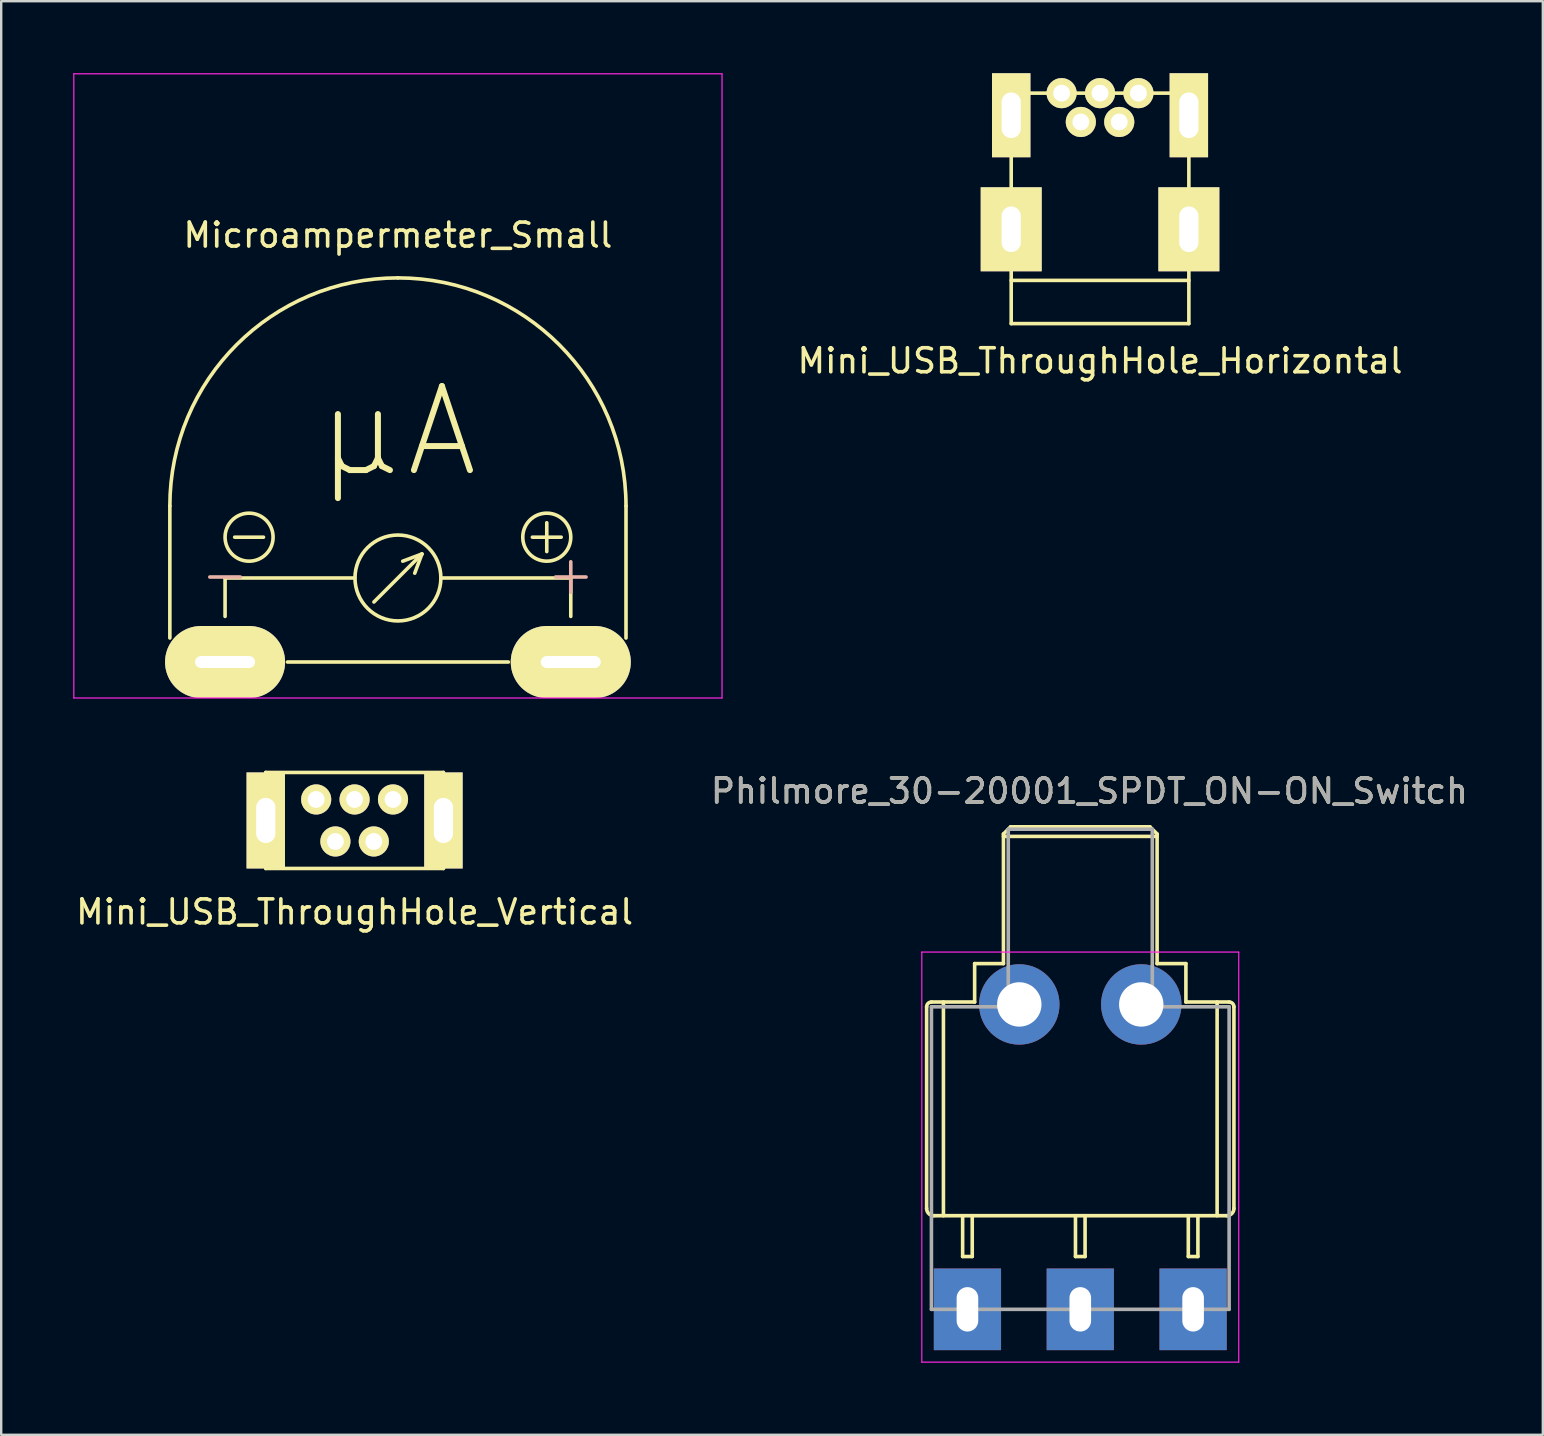
<source format=kicad_pcb>
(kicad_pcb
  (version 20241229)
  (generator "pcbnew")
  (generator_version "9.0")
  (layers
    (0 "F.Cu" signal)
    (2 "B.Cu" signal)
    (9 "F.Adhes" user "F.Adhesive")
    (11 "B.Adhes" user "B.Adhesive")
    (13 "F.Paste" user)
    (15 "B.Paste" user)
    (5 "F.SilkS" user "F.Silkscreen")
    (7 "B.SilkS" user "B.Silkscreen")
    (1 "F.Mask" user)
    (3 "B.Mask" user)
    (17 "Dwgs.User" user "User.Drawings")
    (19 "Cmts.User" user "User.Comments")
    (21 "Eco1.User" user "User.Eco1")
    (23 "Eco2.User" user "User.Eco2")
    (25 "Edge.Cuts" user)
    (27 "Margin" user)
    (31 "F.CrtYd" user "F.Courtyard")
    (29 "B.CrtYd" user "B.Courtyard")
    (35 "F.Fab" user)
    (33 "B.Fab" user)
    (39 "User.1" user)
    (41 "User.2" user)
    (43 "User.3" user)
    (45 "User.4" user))
  (footprint "Mini_USB_ThroughHole_Vertical"
    (layer "F.Cu")
    (at 11.72 31.125)
    (property "Reference" "Mini_USB_ThroughHole_Vertical" (at 0 3.81 0) (layer "F.SilkS") (effects (font (size 1 1) (thickness 0.15))))
    (attr through_hole)
    (fp_line (start -3.7 -2) (end -3.7 2) (stroke (width 0.15) (type solid)) (layer "F.SilkS"))
    (fp_line (start -3.7 -2) (end 3.7 -2) (stroke (width 0.15) (type solid)) (layer "F.SilkS"))
    (fp_line (start -3.7 2) (end 3.7 2) (stroke (width 0.15) (type solid)) (layer "F.SilkS"))
    (fp_line (start 3.7 -2) (end 3.7 2) (stroke (width 0.15) (type solid)) (layer "F.SilkS"))
    (pad "1" thru_hole circle (at -1.6 -0.875) (size 1.254 1.254) (drill 0.7) (layers "*.Cu" "*.Mask" "F.SilkS"))
    (pad "2" thru_hole circle (at -0.8 0.875) (size 1.254 1.254) (drill 0.7) (layers "*.Cu" "*.Mask" "F.SilkS"))
    (pad "3" thru_hole circle (at 0 -0.875) (size 1.254 1.254) (drill 0.7) (layers "*.Cu" "*.Mask" "F.SilkS"))
    (pad "4" thru_hole circle (at 0.8 0.875) (size 1.254 1.254) (drill 0.7) (layers "*.Cu" "*.Mask" "F.SilkS"))
    (pad "5" thru_hole circle (at 1.6 -0.875) (size 1.254 1.254) (drill 0.7) (layers "*.Cu" "*.Mask" "F.SilkS"))
    (pad "6" thru_hole rect (at -3.7 0) (size 1.6 4) (drill oval 0.8 1.88) (layers "*.Cu" "*.Mask" "F.SilkS"))
    (pad "6" thru_hole rect (at 3.7 0) (size 1.6 4) (drill oval 0.8 1.88) (layers "*.Cu" "*.Mask" "F.SilkS")))
  (footprint "Mini_USB_ThroughHole_Horizontal"
    (layer "F.Cu")
    (at 42.77 5.63)
    (property "Reference" "Mini_USB_ThroughHole_Horizontal" (at 0 6.35 0) (layer "F.SilkS") (effects (font (size 1 1) (thickness 0.15))))
    (attr through_hole)
    (fp_line (start -3.7 -4.8) (end -3.7 4.8) (stroke (width 0.15) (type solid)) (layer "F.SilkS"))
    (fp_line (start -3.7 -4.8) (end 3.7 -4.8) (stroke (width 0.15) (type solid)) (layer "F.SilkS"))
    (fp_line (start -3.7 3) (end 3.7 3) (stroke (width 0.15) (type solid)) (layer "F.SilkS"))
    (fp_line (start -3.7 4.8) (end 3.7 4.8) (stroke (width 0.15) (type solid)) (layer "F.SilkS"))
    (fp_line (start 3.7 -4.8) (end 3.7 4.8) (stroke (width 0.15) (type solid)) (layer "F.SilkS"))
    (pad "1" thru_hole circle (at -1.6 -4.8) (size 1.254 1.254) (drill 0.7) (layers "*.Cu" "*.Mask" "F.SilkS"))
    (pad "2" thru_hole circle (at -0.8 -3.6) (size 1.254 1.254) (drill 0.7) (layers "*.Cu" "*.Mask" "F.SilkS"))
    (pad "3" thru_hole circle (at 0 -4.8) (size 1.254 1.254) (drill 0.7) (layers "*.Cu" "*.Mask" "F.SilkS"))
    (pad "4" thru_hole circle (at 0.8 -3.6) (size 1.254 1.254) (drill 0.7) (layers "*.Cu" "*.Mask" "F.SilkS"))
    (pad "5" thru_hole circle (at 1.6 -4.8) (size 1.254 1.254) (drill 0.7) (layers "*.Cu" "*.Mask" "F.SilkS"))
    (pad "6" thru_hole rect (at -3.7 -3.88) (size 1.6 3.5) (drill oval 0.8 1.9) (layers "*.Cu" "*.Mask" "F.SilkS"))
    (pad "6" thru_hole rect (at -3.7 0.87) (size 2.54 3.5) (drill oval 0.8 1.9) (layers "*.Cu" "*.Mask" "F.SilkS"))
    (pad "6" thru_hole rect (at 3.7 -3.88) (size 1.6 3.5) (drill oval 0.8 1.9) (layers "*.Cu" "*.Mask" "F.SilkS"))
    (pad "6" thru_hole rect (at 3.7 0.87) (size 2.54 3.5) (drill oval 0.8 1.9) (layers "*.Cu" "*.Mask" "F.SilkS")))
  (footprint "Microampermeter_Small"
    (layer "F.Cu")
    (at 13.525 24.525)
    (property "Reference" "Microampermeter_Small" (at 0 -17.78 0) (layer "F.SilkS") (effects (font (size 1 1) (thickness 0.15))))
    (attr through_hole)
    (fp_line (start -9.5 -6.5) (end -9.5 -1) (stroke (width 0.15) (type solid)) (layer "F.SilkS"))
    (fp_line (start -7.2 -3.5) (end -7.2 -1.9) (stroke (width 0.15) (type solid)) (layer "F.SilkS"))
    (fp_line (start -7.2 -3.5) (end -1.8 -3.5) (stroke (width 0.15) (type solid)) (layer "F.SilkS"))
    (fp_line (start -6.8 -5.2) (end -5.6 -5.2) (stroke (width 0.15) (type solid)) (layer "F.SilkS"))
    (fp_line (start -4.6 0) (end 4.6 0) (stroke (width 0.15) (type solid)) (layer "F.SilkS"))
    (fp_line (start 0.7 -3.7) (end 1 -4.5) (stroke (width 0.15) (type solid)) (layer "F.SilkS"))
    (fp_line (start 1 -4.5) (end -1 -2.5) (stroke (width 0.15) (type solid)) (layer "F.SilkS"))
    (fp_line (start 1 -4.5) (end 0.2 -4.2) (stroke (width 0.15) (type solid)) (layer "F.SilkS"))
    (fp_line (start 1.8 -3.5) (end 7.2 -3.5) (stroke (width 0.15) (type solid)) (layer "F.SilkS"))
    (fp_line (start 5.6 -5.2) (end 6.8 -5.2) (stroke (width 0.15) (type solid)) (layer "F.SilkS"))
    (fp_line (start 6.2 -5.8) (end 6.2 -4.6) (stroke (width 0.15) (type solid)) (layer "F.SilkS"))
    (fp_line (start 7.2 -3.5) (end 7.2 -1.9) (stroke (width 0.15) (type solid)) (layer "F.SilkS"))
    (fp_line (start 9.5 -6.5) (end 9.5 -1) (stroke (width 0.15) (type solid)) (layer "F.SilkS"))
    (fp_arc (start -9.5 -6.5) (mid -6.717514 -13.217514) (end 0 -16) (stroke (width 0.15) (type solid)) (layer "F.SilkS"))
    (fp_arc (start 0 -16) (mid 6.717514 -13.217514) (end 9.5 -6.5) (stroke (width 0.15) (type solid)) (layer "F.SilkS"))
    (fp_circle (center -6.2 -5.2) (end -5.2 -5.2) (stroke (width 0.15) (type solid)) (fill no) (layer "F.SilkS"))
    (fp_circle (center 0 -3.5) (end 1.6 -4.3) (stroke (width 0.15) (type solid)) (fill no) (layer "F.SilkS"))
    (fp_circle (center 6.2 -5.2) (end 7.2 -5.2) (stroke (width 0.15) (type solid)) (fill no) (layer "F.SilkS"))
    (fp_line (start -7.835 -3.54) (end -6.565 -3.54) (stroke (width 0.15) (type solid)) (layer "B.SilkS"))
    (fp_line (start 6.565 -3.54) (end 7.835 -3.54) (stroke (width 0.15) (type solid)) (layer "B.SilkS"))
    (fp_line (start 7.2 -4.175) (end 7.2 -2.905) (stroke (width 0.15) (type solid)) (layer "B.SilkS"))
    (fp_line (start -13.5 -24.5) (end -13.5 1.5) (stroke (width 0.05) (type solid)) (layer "F.CrtYd"))
    (fp_line (start -13.5 -24.5) (end 13.5 -24.5) (stroke (width 0.05) (type solid)) (layer "F.CrtYd"))
    (fp_line (start -13.5 1.5) (end 13.5 1.5) (stroke (width 0.05) (type solid)) (layer "F.CrtYd"))
    (fp_line (start 13.5 -24.5) (end 13.5 1.5) (stroke (width 0.05) (type solid)) (layer "F.CrtYd"))
    (fp_text user "μA" (at 0 -9.6 0) (layer "F.SilkS") (effects (font (size 3.5 3.5) (thickness 0.25))))
    (pad "1" thru_hole oval (at 7.2 0) (size 5 3) (drill oval 2.5 0.5) (layers "*.Cu" "*.Mask" "F.SilkS"))
    (pad "2" thru_hole oval (at -7.2 0) (size 5 3) (drill oval 2.5 0.5) (layers "*.Cu" "*.Mask" "F.SilkS")))
  (footprint "Philmore_30-20001_SPDT_ON-ON_Switch"
    (layer "F.Cu")
    (at 41.947 51.488)
    (property "Reference" "Philmore_30-20001_SPDT_ON-ON_Switch" (at 0.38 -21.59 0) (layer "F.SilkS") (effects (font (size 1 1) (thickness 0.15))))
    (attr through_hole)
    (fp_line (start -6.4 -12.6) (end -6.4 -4.2) (stroke (width 0.15) (type solid)) (layer "F.SilkS"))
    (fp_line (start -6.2 -12.8) (end -4.4 -12.8) (stroke (width 0.15) (type solid)) (layer "F.SilkS"))
    (fp_line (start -6.1 -3.9) (end 6.1 -3.9) (stroke (width 0.15) (type solid)) (layer "F.SilkS"))
    (fp_line (start -5.7 -3.9) (end -5.7 -12.8) (stroke (width 0.15) (type solid)) (layer "F.SilkS"))
    (fp_line (start -4.9 -3.9) (end -4.9 -2.2) (stroke (width 0.15) (type solid)) (layer "F.SilkS"))
    (fp_line (start -4.9 -2.2) (end -4.5 -2.2) (stroke (width 0.15) (type solid)) (layer "F.SilkS"))
    (fp_line (start -4.5 -2.2) (end -4.5 -3.9) (stroke (width 0.15) (type solid)) (layer "F.SilkS"))
    (fp_line (start -4.4 -14.4) (end -4.4 -12.8) (stroke (width 0.15) (type solid)) (layer "F.SilkS"))
    (fp_line (start -3.2 -19.8) (end -2.9 -20.1) (stroke (width 0.15) (type solid)) (layer "F.SilkS"))
    (fp_line (start -3.2 -19.7) (end 3.2 -19.7) (stroke (width 0.15) (type solid)) (layer "F.SilkS"))
    (fp_line (start -3.2 -14.4) (end -4.4 -14.4) (stroke (width 0.15) (type solid)) (layer "F.SilkS"))
    (fp_line (start -3.2 -14.4) (end -3.2 -19.8) (stroke (width 0.15) (type solid)) (layer "F.SilkS"))
    (fp_line (start -0.2 -3.9) (end -0.2 -2.2) (stroke (width 0.15) (type solid)) (layer "F.SilkS"))
    (fp_line (start -0.2 -2.2) (end 0.2 -2.2) (stroke (width 0.15) (type solid)) (layer "F.SilkS"))
    (fp_line (start 0.2 -2.2) (end 0.2 -3.9) (stroke (width 0.15) (type solid)) (layer "F.SilkS"))
    (fp_line (start 2.9 -20.1) (end -2.9 -20.1) (stroke (width 0.15) (type solid)) (layer "F.SilkS"))
    (fp_line (start 3.2 -19.8) (end 2.9 -20.1) (stroke (width 0.15) (type solid)) (layer "F.SilkS"))
    (fp_line (start 3.2 -14.4) (end 3.2 -19.8) (stroke (width 0.15) (type solid)) (layer "F.SilkS"))
    (fp_line (start 4.4 -14.4) (end 3.2 -14.4) (stroke (width 0.15) (type solid)) (layer "F.SilkS"))
    (fp_line (start 4.4 -12.8) (end 4.4 -14.4) (stroke (width 0.15) (type solid)) (layer "F.SilkS"))
    (fp_line (start 4.5 -3.9) (end 4.5 -2.2) (stroke (width 0.15) (type solid)) (layer "F.SilkS"))
    (fp_line (start 4.5 -2.2) (end 4.9 -2.2) (stroke (width 0.15) (type solid)) (layer "F.SilkS"))
    (fp_line (start 4.9 -2.2) (end 4.9 -3.9) (stroke (width 0.15) (type solid)) (layer "F.SilkS"))
    (fp_line (start 5.7 -3.9) (end 5.7 -12.8) (stroke (width 0.15) (type solid)) (layer "F.SilkS"))
    (fp_line (start 6.2 -12.8) (end 4.4 -12.8) (stroke (width 0.15) (type solid)) (layer "F.SilkS"))
    (fp_line (start 6.4 -4.2) (end 6.4 -12.6) (stroke (width 0.15) (type solid)) (layer "F.SilkS"))
    (fp_arc (start -6.4 -12.6) (mid -6.341421 -12.741421) (end -6.2 -12.8) (stroke (width 0.15) (type solid)) (layer "F.SilkS"))
    (fp_arc (start -6.1 -3.9) (mid -6.312132 -3.987868) (end -6.4 -4.2) (stroke (width 0.15) (type solid)) (layer "F.SilkS"))
    (fp_arc (start 6.2 -12.8) (mid 6.341421 -12.741421) (end 6.4 -12.6) (stroke (width 0.15) (type solid)) (layer "F.SilkS"))
    (fp_arc (start 6.4 -4.2) (mid 6.312132 -3.987868) (end 6.1 -3.9) (stroke (width 0.15) (type solid)) (layer "F.SilkS"))
    (fp_line (start -6.6 -14.88) (end -6.6 2.2) (stroke (width 0.05) (type solid)) (layer "F.CrtYd"))
    (fp_line (start -6.6 -14.88) (end 6.6 -14.88) (stroke (width 0.05) (type solid)) (layer "F.CrtYd"))
    (fp_line (start 6.6 2.2) (end -6.6 2.2) (stroke (width 0.05) (type solid)) (layer "F.CrtYd"))
    (fp_line (start 6.6 2.2) (end 6.6 -14.88) (stroke (width 0.05) (type solid)) (layer "F.CrtYd"))
    (fp_line (start -6.2 -12.6) (end -6.2 0) (stroke (width 0.15) (type solid)) (layer "F.Fab"))
    (fp_line (start -6.2 0) (end 6.2 0) (stroke (width 0.15) (type solid)) (layer "F.Fab"))
    (fp_line (start -3 -20) (end -3 -12.6) (stroke (width 0.15) (type solid)) (layer "F.Fab"))
    (fp_line (start -3 -12.6) (end -6.2 -12.6) (stroke (width 0.15) (type solid)) (layer "F.Fab"))
    (fp_line (start 3 -20) (end -3 -20) (stroke (width 0.15) (type solid)) (layer "F.Fab"))
    (fp_line (start 3 -12.6) (end 3 -20) (stroke (width 0.15) (type solid)) (layer "F.Fab"))
    (fp_line (start 6.2 -12.6) (end 3 -12.6) (stroke (width 0.15) (type solid)) (layer "F.Fab"))
    (fp_line (start 6.2 0) (end 6.2 -12.6) (stroke (width 0.15) (type solid)) (layer "F.Fab"))
    (fp_text user "${REFERENCE}" (at 0.38 -21.59 0) (layer "F.Fab") (effects (font (size 1 1) (thickness 0.15))))
    (pad "1" thru_hole rect (at -4.7 0) (size 2.8 3.4) (drill oval 0.9 1.85) (layers "*.Cu" "*.Mask"))
    (pad "2" thru_hole rect (at 0 0) (size 2.8 3.4) (drill oval 0.9 1.85) (layers "*.Cu" "*.Mask"))
    (pad "3" thru_hole rect (at 4.7 0) (size 2.8 3.4) (drill oval 0.9 1.85) (layers "*.Cu" "*.Mask"))
    (pad "4" thru_hole circle (at -2.54 -12.7) (size 3.35 3.35) (drill 1.85) (layers "*.Cu" "*.Mask"))
    (pad "4" thru_hole circle (at 2.54 -12.7) (size 3.35 3.35) (drill 1.85) (layers "*.Cu" "*.Mask")))
  (gr_rect
    (start -3 -3)
    (end 61.214 56.713)
    (stroke (width 0.1) (type default))
    (fill no)
    (layer "Edge.Cuts")))
</source>
